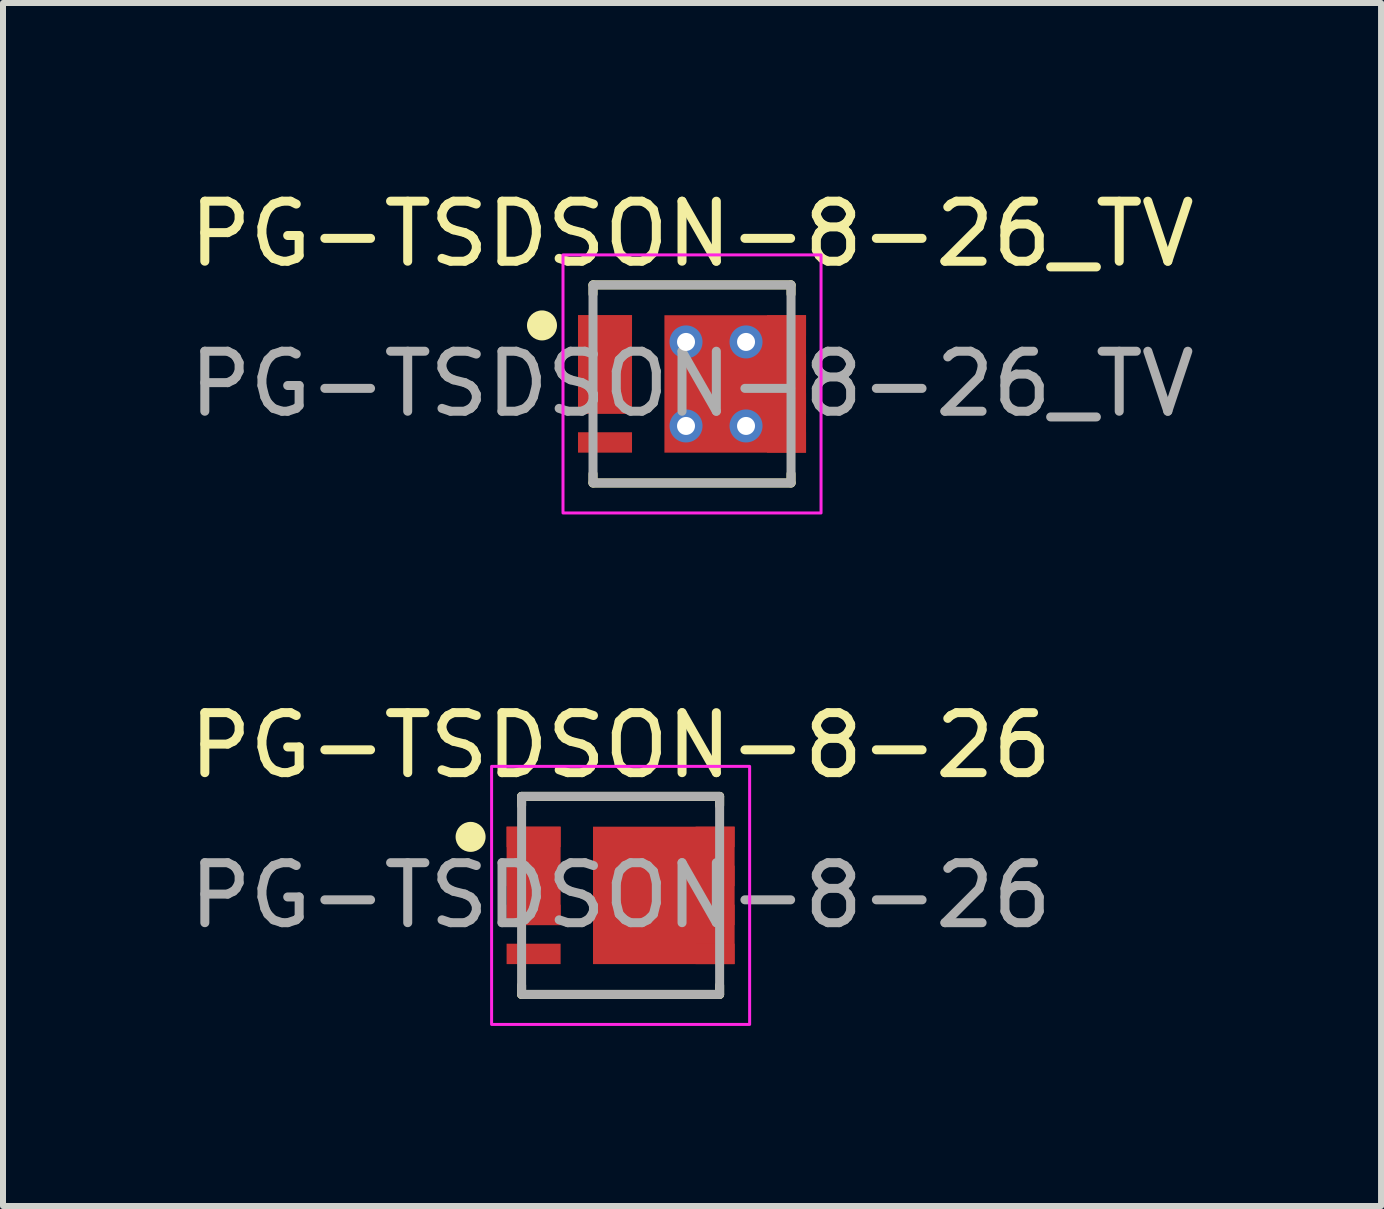
<source format=kicad_pcb>
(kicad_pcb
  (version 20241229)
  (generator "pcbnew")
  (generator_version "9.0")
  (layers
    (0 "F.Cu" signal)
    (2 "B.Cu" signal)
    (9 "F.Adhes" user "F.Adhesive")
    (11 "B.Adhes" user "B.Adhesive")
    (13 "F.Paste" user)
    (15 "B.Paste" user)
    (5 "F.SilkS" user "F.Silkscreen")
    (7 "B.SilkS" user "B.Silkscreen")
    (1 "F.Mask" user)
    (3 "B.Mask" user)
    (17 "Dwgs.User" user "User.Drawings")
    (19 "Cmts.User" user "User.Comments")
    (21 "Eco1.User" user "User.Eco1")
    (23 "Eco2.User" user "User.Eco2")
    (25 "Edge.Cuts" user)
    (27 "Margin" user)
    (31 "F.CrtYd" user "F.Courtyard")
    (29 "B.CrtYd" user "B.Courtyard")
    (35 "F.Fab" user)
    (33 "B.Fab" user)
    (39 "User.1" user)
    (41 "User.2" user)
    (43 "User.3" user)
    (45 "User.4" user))
  (footprint "PG-TSDSON-8-26_TV"
    (layer "F.Cu")
    (at 8.482 3.348)
    (property "Reference" "PG-TSDSON-8-26_TV" (at 0 -2.5 0) (unlocked yes) (layer "F.SilkS") (effects (font (size 1 1) (thickness 0.15))))
    (fp_rect (start -1.45 -1.145) (end -1 0.495) (stroke (width 0.0001) (type solid)) (fill yes) (layer "F.Mask"))
    (fp_rect (start -0.46 -1.145) (end 1.25 1.145) (stroke (width 0.0001) (type solid)) (fill yes) (layer "F.Mask"))
    (fp_line (start -1.65 -1.65) (end 1.65 -1.65) (stroke (width 0.15) (type solid)) (layer "F.SilkS"))
    (fp_line (start -1.65 -1.5) (end -1.65 -1.65) (stroke (width 0.15) (type solid)) (layer "F.SilkS"))
    (fp_line (start -1.65 1.5) (end -1.65 1.65) (stroke (width 0.15) (type solid)) (layer "F.SilkS"))
    (fp_line (start -1.65 1.65) (end 1.65 1.65) (stroke (width 0.15) (type solid)) (layer "F.SilkS"))
    (fp_line (start 1.65 -1.5) (end 1.65 -1.65) (stroke (width 0.15) (type solid)) (layer "F.SilkS"))
    (fp_line (start 1.65 1.65) (end 1.65 1.5) (stroke (width 0.15) (type solid)) (layer "F.SilkS"))
    (fp_circle (center -2.5 -0.975) (end -2.3 -0.975) (stroke (width 0.1) (type solid)) (fill yes) (layer "F.SilkS"))
    (fp_rect (start -1.725 -1.02) (end -1.575 -0.93) (stroke (width 0.15) (type solid)) (fill yes) (layer "F.Paste"))
    (fp_rect (start -1.725 -0.37) (end -1.575 -0.28) (stroke (width 0.15) (type solid)) (fill yes) (layer "F.Paste"))
    (fp_rect (start -1.725 0.28) (end -1.575 0.37) (stroke (width 0.15) (type solid)) (fill yes) (layer "F.Paste"))
    (fp_rect (start -1.725 0.93) (end -1.175 1.02) (stroke (width 0.15) (type solid)) (fill no) (layer "F.Paste"))
    (fp_rect (start -1.325 -1.019) (end -1.125 -0.501) (stroke (width 0.15) (type solid)) (fill yes) (layer "F.Paste"))
    (fp_rect (start -1.325 -0.149) (end -1.125 0.369) (stroke (width 0.15) (type solid)) (fill yes) (layer "F.Paste"))
    (fp_rect (start -0.275 -1.02) (end 0.975 -0.93) (stroke (width 0.15) (type solid)) (fill yes) (layer "F.Paste"))
    (fp_rect (start -0.275 -0.47) (end 0.975 0.47) (stroke (width 0.15) (type solid)) (fill yes) (layer "F.Paste"))
    (fp_rect (start -0.275 0.93) (end 0.975 1.02) (stroke (width 0.15) (type solid)) (fill yes) (layer "F.Paste"))
    (fp_rect (start 1.375 -1.02) (end 1.775 -0.93) (stroke (width 0.15) (type solid)) (fill no) (layer "F.Paste"))
    (fp_rect (start 1.375 -0.37) (end 1.775 -0.28) (stroke (width 0.15) (type solid)) (fill no) (layer "F.Paste"))
    (fp_rect (start 1.375 0.28) (end 1.775 0.37) (stroke (width 0.15) (type solid)) (fill no) (layer "F.Paste"))
    (fp_rect (start 1.375 0.93) (end 1.775 1.02) (stroke (width 0.15) (type solid)) (fill no) (layer "F.Paste"))
    (fp_rect (start -2.15 -2.15) (end 2.15 2.15) (stroke (width 0.05) (type solid)) (fill no) (layer "F.CrtYd"))
    (fp_rect (start -1.65 -1.65) (end 1.65 1.65) (stroke (width 0.15) (type solid)) (fill no) (layer "F.Fab"))
    (fp_text user "${REFERENCE}" (at 0 0 0) (unlocked yes) (layer "F.Fab") (effects (font (size 1 1) (thickness 0.15))))
    (pad "1" smd rect (at -1.45 -0.325) (size 0.9 1.64) (layers "F.Cu"))
    (pad "1" smd rect (at -1 -1.145) (size 0.9 0.34) (drill (offset -0.45 0.17)) (layers "F.Cu" "F.Mask"))
    (pad "2" smd rect (at -1.45 -0.325) (size 0.9 0.34) (layers "F.Cu" "F.Mask"))
    (pad "3" smd rect (at -1.45 0.325) (size 0.9 0.34) (layers "F.Cu" "F.Mask"))
    (pad "4" smd rect (at -1.45 0.975) (size 0.9 0.34) (layers "F.Cu" "F.Mask"))
    (pad "5" thru_hole circle (at -0.1 -0.7) (size 0.55 0.55) (drill 0.3) (property pad_prop_heatsink) (layers "*.Cu" "*.Mask"))
    (pad "5" thru_hole circle (at -0.1 0.7) (size 0.55 0.55) (drill 0.3) (property pad_prop_heatsink) (layers "*.Cu" "*.Mask"))
    (pad "5" smd rect (at 0.72 0) (size 2.36 2.29) (layers "F.Cu"))
    (pad "5" thru_hole circle (at 0.9 -0.7) (size 0.55 0.55) (drill 0.3) (property pad_prop_heatsink) (layers "*.Cu" "*.Mask"))
    (pad "5" thru_hole circle (at 0.9 0.7) (size 0.55 0.55) (drill 0.3) (property pad_prop_heatsink) (layers "*.Cu" "*.Mask"))
    (pad "5" smd rect (at 1.575 -0.975) (size 0.65 0.34) (layers "F.Cu" "F.Mask"))
    (pad "6" smd rect (at 1.575 -0.325) (size 0.65 0.34) (layers "F.Cu" "F.Mask"))
    (pad "7" smd rect (at 1.575 0.325) (size 0.65 0.34) (layers "F.Cu" "F.Mask"))
    (pad "8" smd rect (at 1.575 0.975) (size 0.65 0.34) (layers "F.Cu" "F.Mask")))
  (footprint "PG-TSDSON-8-26"
    (layer "F.Cu")
    (at 7.292 11.871)
    (property "Reference" "PG-TSDSON-8-26" (at 0 -2.5 0) (unlocked yes) (layer "F.SilkS") (effects (font (size 1 1) (thickness 0.15))))
    (fp_rect (start -1.45 -1.145) (end -1 0.495) (stroke (width 0.0001) (type solid)) (fill yes) (layer "F.Mask"))
    (fp_rect (start -0.46 -1.145) (end 1.25 1.145) (stroke (width 0.0001) (type solid)) (fill yes) (layer "F.Mask"))
    (fp_line (start -1.65 -1.65) (end 1.65 -1.65) (stroke (width 0.15) (type solid)) (layer "F.SilkS"))
    (fp_line (start -1.65 -1.5) (end -1.65 -1.65) (stroke (width 0.15) (type solid)) (layer "F.SilkS"))
    (fp_line (start -1.65 1.5) (end -1.65 1.65) (stroke (width 0.15) (type solid)) (layer "F.SilkS"))
    (fp_line (start -1.65 1.65) (end 1.65 1.65) (stroke (width 0.15) (type solid)) (layer "F.SilkS"))
    (fp_line (start 1.65 -1.5) (end 1.65 -1.65) (stroke (width 0.15) (type solid)) (layer "F.SilkS"))
    (fp_line (start 1.65 1.65) (end 1.65 1.5) (stroke (width 0.15) (type solid)) (layer "F.SilkS"))
    (fp_circle (center -2.5 -0.975) (end -2.3 -0.975) (stroke (width 0.1) (type solid)) (fill yes) (layer "F.SilkS"))
    (fp_rect (start -1.725 -1.02) (end -1.575 -0.93) (stroke (width 0.15) (type solid)) (fill yes) (layer "F.Paste"))
    (fp_rect (start -1.725 -0.37) (end -1.575 -0.28) (stroke (width 0.15) (type solid)) (fill yes) (layer "F.Paste"))
    (fp_rect (start -1.725 0.28) (end -1.575 0.37) (stroke (width 0.15) (type solid)) (fill yes) (layer "F.Paste"))
    (fp_rect (start -1.725 0.93) (end -1.175 1.02) (stroke (width 0.15) (type solid)) (fill no) (layer "F.Paste"))
    (fp_rect (start -1.325 -1.019) (end -1.125 -0.501) (stroke (width 0.15) (type solid)) (fill yes) (layer "F.Paste"))
    (fp_rect (start -1.325 -0.149) (end -1.125 0.369) (stroke (width 0.15) (type solid)) (fill yes) (layer "F.Paste"))
    (fp_rect (start -0.275 -1.02) (end 0.975 -0.93) (stroke (width 0.15) (type solid)) (fill yes) (layer "F.Paste"))
    (fp_rect (start -0.275 -0.47) (end 0.975 0.47) (stroke (width 0.15) (type solid)) (fill yes) (layer "F.Paste"))
    (fp_rect (start -0.275 0.93) (end 0.975 1.02) (stroke (width 0.15) (type solid)) (fill yes) (layer "F.Paste"))
    (fp_rect (start 1.375 -1.02) (end 1.775 -0.93) (stroke (width 0.15) (type solid)) (fill no) (layer "F.Paste"))
    (fp_rect (start 1.375 -0.37) (end 1.775 -0.28) (stroke (width 0.15) (type solid)) (fill no) (layer "F.Paste"))
    (fp_rect (start 1.375 0.28) (end 1.775 0.37) (stroke (width 0.15) (type solid)) (fill no) (layer "F.Paste"))
    (fp_rect (start 1.375 0.93) (end 1.775 1.02) (stroke (width 0.15) (type solid)) (fill no) (layer "F.Paste"))
    (fp_rect (start -2.15 -2.15) (end 2.15 2.15) (stroke (width 0.05) (type solid)) (fill no) (layer "F.CrtYd"))
    (fp_rect (start -1.65 -1.65) (end 1.65 1.65) (stroke (width 0.15) (type solid)) (fill no) (layer "F.Fab"))
    (fp_text user "${REFERENCE}" (at 0 0 0) (unlocked yes) (layer "F.Fab") (effects (font (size 1 1) (thickness 0.15))))
    (pad "1" smd rect (at -1.45 -0.325) (size 0.9 1.64) (layers "F.Cu"))
    (pad "1" smd rect (at -1 -1.145) (size 0.9 0.34) (drill (offset -0.45 0.17)) (layers "F.Cu" "F.Mask"))
    (pad "2" smd rect (at -1.45 -0.325) (size 0.9 0.34) (layers "F.Cu" "F.Mask"))
    (pad "3" smd rect (at -1.45 0.325) (size 0.9 0.34) (layers "F.Cu" "F.Mask"))
    (pad "4" smd rect (at -1.45 0.975) (size 0.9 0.34) (layers "F.Cu" "F.Mask"))
    (pad "5" smd rect (at 0.72 0) (size 2.36 2.29) (layers "F.Cu"))
    (pad "5" smd rect (at 1.575 -0.975) (size 0.65 0.34) (layers "F.Cu" "F.Mask"))
    (pad "6" smd rect (at 1.575 -0.325) (size 0.65 0.34) (layers "F.Cu" "F.Mask"))
    (pad "7" smd rect (at 1.575 0.325) (size 0.65 0.34) (layers "F.Cu" "F.Mask"))
    (pad "8" smd rect (at 1.575 0.975) (size 0.65 0.34) (layers "F.Cu" "F.Mask")))
  (gr_rect
    (start -3 -3)
    (end 19.964 17.047)
    (stroke (width 0.1) (type default))
    (fill no)
    (layer "Edge.Cuts")))
</source>
